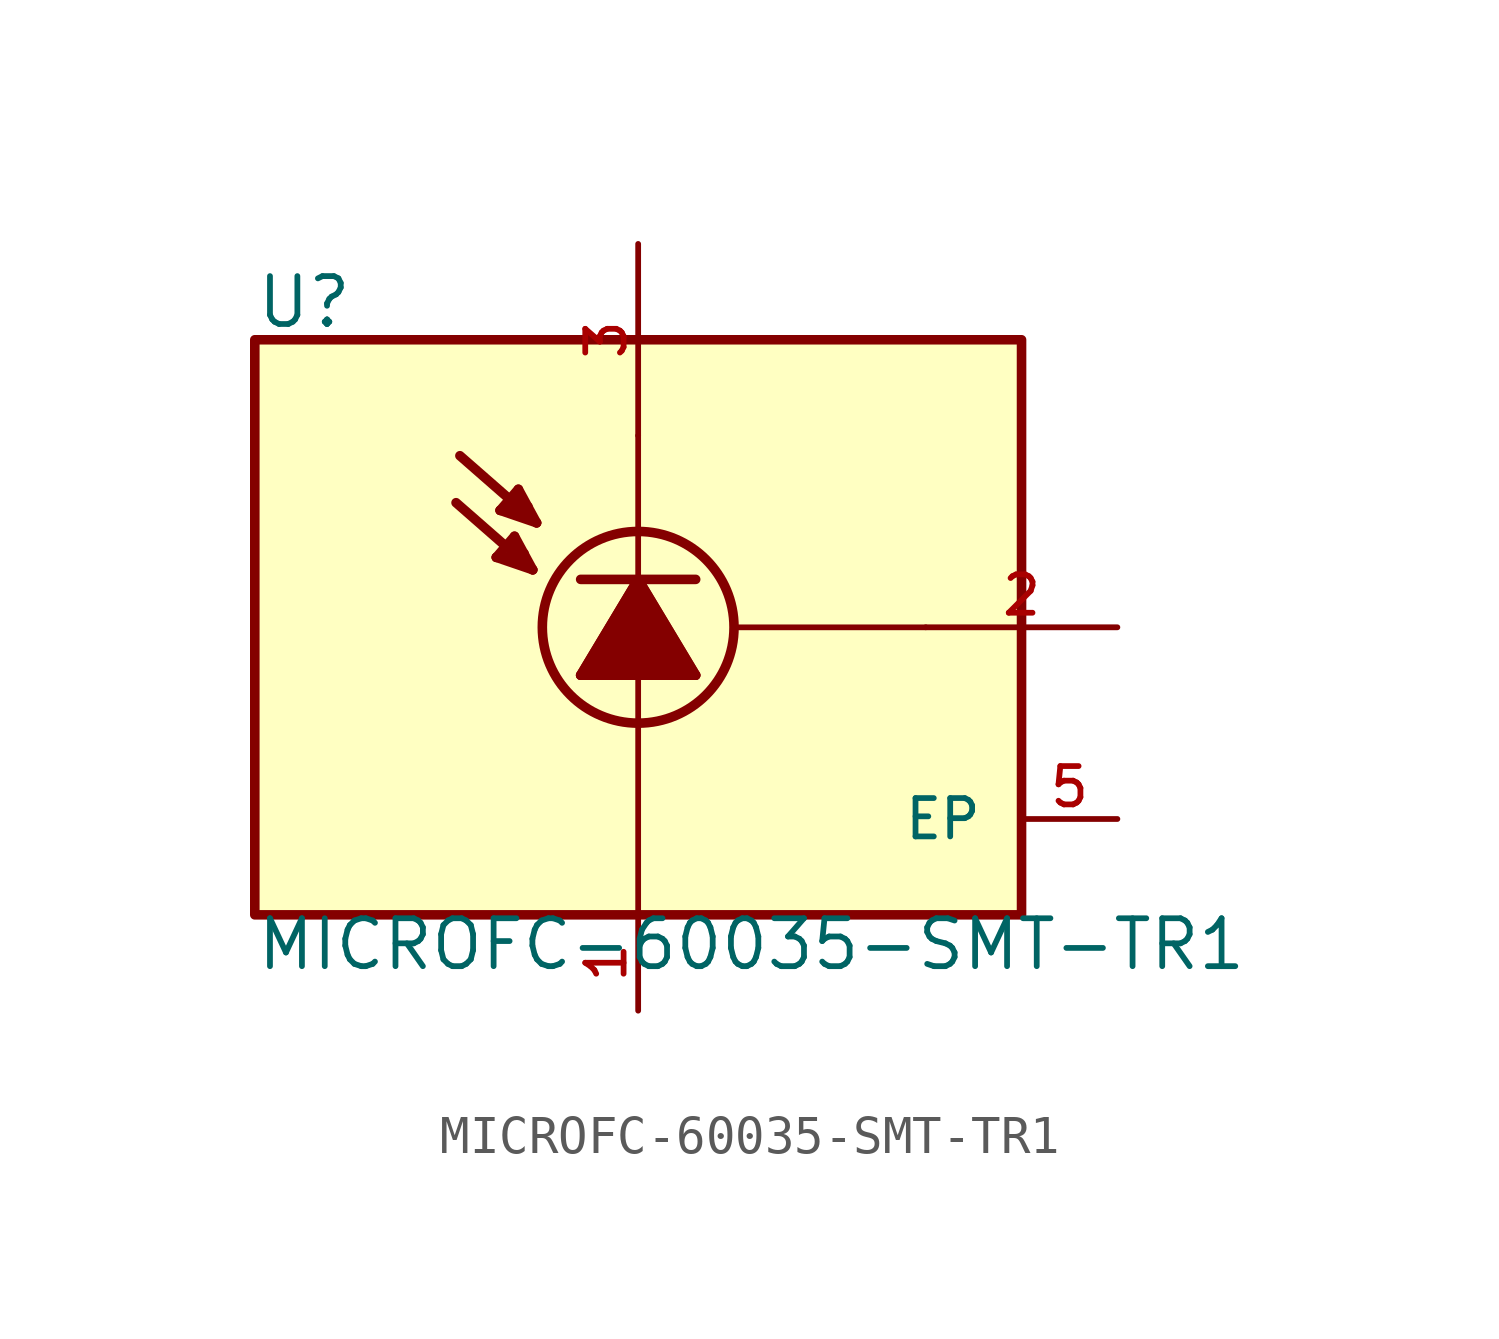
<source format=kicad_sym>
(kicad_symbol_lib
  (version 20211014)
  (generator kicad_symbol_editor)
  (symbol "MICROFC-60035-SMT-TR1"
    (pin_names
      (offset 1.016))
    (property "Reference" "U"
      (at -10.16 7.874 0)
      (effects (font (size 1.27 1.27)) (justify bottom left)))
    (property "Value" "MICROFC-60035-SMT-TR1"
      (at -10.16 -9.144 0)
      (effects (font (size 1.27 1.27)) (justify bottom left)))
    (symbol "MICROFC-60035-SMT-TR1_0_0"
      (polyline (pts (xy -1.524 -1.27) (xy 0.0 -1.27)) (stroke (width 0.254)))
      (polyline (pts (xy 0.0 -1.27) (xy 1.524 -1.27)) (stroke (width 0.254)))
      (polyline (pts (xy 1.524 -1.27) (xy 0.0 1.27)) (stroke (width 0.254)))
      (polyline (pts (xy 0.0 1.27) (xy -1.524 -1.27)) (stroke (width 0.254)))
      (polyline (pts (xy -1.524 1.27) (xy 0.0 1.27)) (stroke (width 0.254)))
      (polyline (pts (xy 0.0 1.27) (xy 1.524 1.27)) (stroke (width 0.254)))
      (polyline (pts (xy 0.0 -1.27) (xy 0.0 -7.62)) (stroke (width 0.152)))
      (polyline (pts (xy -2.794 1.524) (xy -4.826 3.302)) (stroke (width 0.254)))
      (polyline (pts (xy -3.759 1.854) (xy -3.277 2.413)) (stroke (width 0.254)))
      (polyline (pts (xy -3.277 2.413) (xy -2.794 1.524)) (stroke (width 0.254)))
      (polyline (pts (xy -2.794 1.524) (xy -3.759 1.854)) (stroke (width 0.254)))
      (polyline (pts (xy -3.759 1.854) (xy -3.023 1.829)) (stroke (width 0.254)))
      (polyline (pts (xy -3.023 1.829) (xy -3.023 1.956)) (stroke (width 0.254)))
      (polyline (pts (xy -3.353 2.235) (xy -3.2 2.007)) (stroke (width 0.254)))
      (polyline (pts (xy -2.692 2.769) (xy -4.724 4.547)) (stroke (width 0.254)))
      (polyline (pts (xy -3.658 3.099) (xy -3.175 3.658)) (stroke (width 0.254)))
      (polyline (pts (xy -3.175 3.658) (xy -2.692 2.769)) (stroke (width 0.254)))
      (polyline (pts (xy -2.692 2.769) (xy -3.658 3.099)) (stroke (width 0.254)))
      (polyline (pts (xy -3.658 3.099) (xy -2.921 3.073)) (stroke (width 0.254)))
      (polyline (pts (xy -2.921 3.073) (xy -2.921 3.2)) (stroke (width 0.254)))
      (polyline (pts (xy -3.251 3.48) (xy -3.099 3.251)) (stroke (width 0.254)))
      (circle (center 0.0 0.0) (radius 2.54) (stroke (width 0.254)) (fill (type none)))
      (polyline (pts (xy 0.0 1.27) (xy -1.524 -1.27) (xy 1.524 -1.27) (xy 0.0 1.27)) (stroke (width 0.254)) (fill (type outline)))
      (polyline (pts (xy 0.0 5.08) (xy 0.0 1.27)) (stroke (width 0.152)))
      (polyline (pts (xy 2.54 0.0) (xy 7.62 0.0)) (stroke (width 0.152)))
      (rectangle (start -10.16 -7.62) (end 10.16 7.62) (stroke (width 0.254)) (fill (type background)))
      (pin passive line (at 0.0 10.16 270.0) (length 5.08) (name "~" (effects (font (size 1.016 1.016)))) (number "3" (effects (font (size 1.016 1.016)))))
      (pin passive line (at 0.0 -10.16 90.0) (length 2.54) (name "~" (effects (font (size 1.016 1.016)))) (number "1" (effects (font (size 1.016 1.016)))))
      (pin passive line (at 12.7 0.0 180.0) (length 5.08) (name "~" (effects (font (size 1.016 1.016)))) (number "2" (effects (font (size 1.016 1.016)))))
      (pin power_in line (at 12.7 -5.08 180.0) (length 2.54) (name "EP" (effects (font (size 1.016 1.016)))) (number "5" (effects (font (size 1.016 1.016))))))))
</source>
